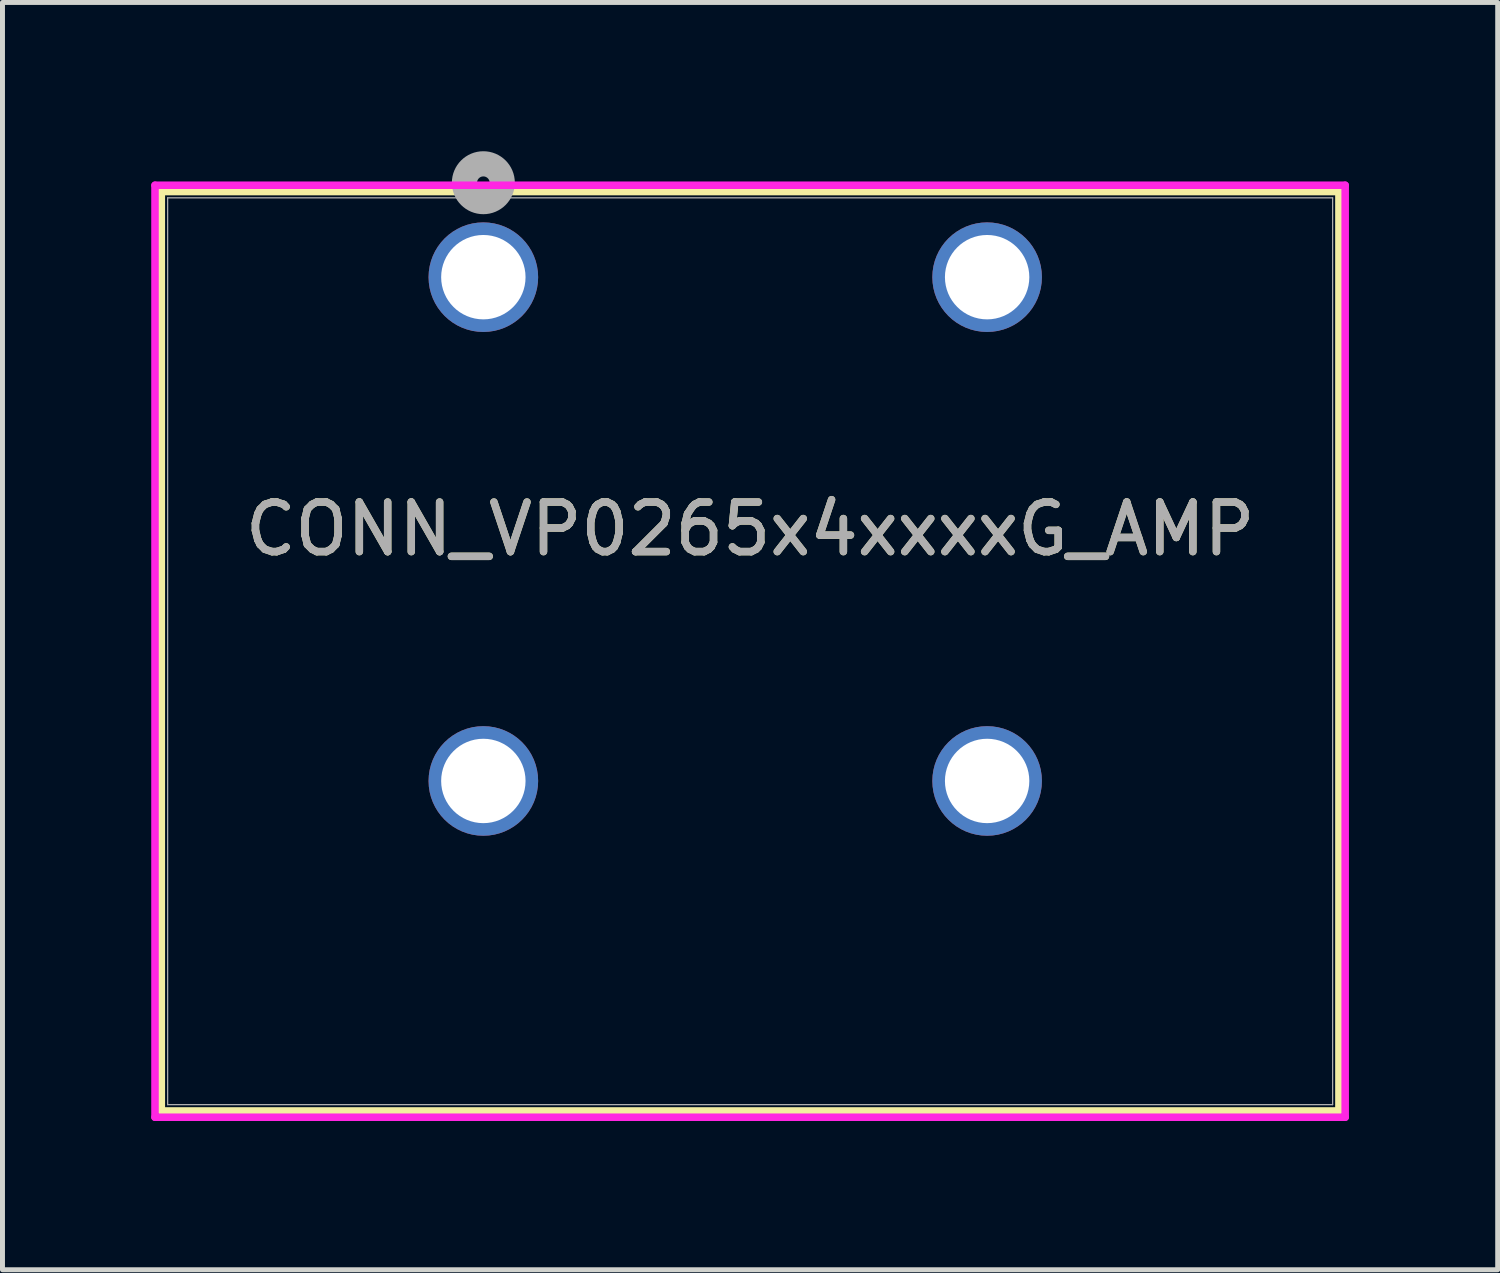
<source format=kicad_pcb>
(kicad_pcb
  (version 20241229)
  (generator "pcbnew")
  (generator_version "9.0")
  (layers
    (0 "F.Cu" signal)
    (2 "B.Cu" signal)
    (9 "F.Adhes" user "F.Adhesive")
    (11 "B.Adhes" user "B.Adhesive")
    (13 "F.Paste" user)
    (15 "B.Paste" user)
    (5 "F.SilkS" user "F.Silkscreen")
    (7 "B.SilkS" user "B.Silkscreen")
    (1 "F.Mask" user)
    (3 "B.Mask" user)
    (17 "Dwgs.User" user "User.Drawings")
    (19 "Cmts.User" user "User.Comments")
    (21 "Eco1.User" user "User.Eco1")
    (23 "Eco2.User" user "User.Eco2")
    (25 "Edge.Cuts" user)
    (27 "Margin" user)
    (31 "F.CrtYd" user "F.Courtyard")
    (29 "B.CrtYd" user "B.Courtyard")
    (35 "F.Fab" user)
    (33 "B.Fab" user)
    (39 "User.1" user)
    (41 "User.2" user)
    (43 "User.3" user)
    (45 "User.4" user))
  (footprint "CONN_VP0265x4xxxxG_AMP"
    (layer "F.Cu")
    (at 6.698 2.54)
    (property "Reference" "CONN_VP0265x4xxxxG_AMP" (at 5.38 5.08 0) (unlocked yes) (layer "F.SilkS") (effects (font (size 1 1) (thickness 0.15))))
    (attr through_hole)
    (fp_line (start -6.495 -1.727) (end -6.495 16.815) (stroke (width 0.152) (type solid)) (layer "F.SilkS"))
    (fp_line (start -6.495 16.815) (end 17.255 16.815) (stroke (width 0.152) (type solid)) (layer "F.SilkS"))
    (fp_line (start 17.255 -1.727) (end -6.495 -1.727) (stroke (width 0.152) (type solid)) (layer "F.SilkS"))
    (fp_line (start 17.255 16.815) (end 17.255 -1.727) (stroke (width 0.152) (type solid)) (layer "F.SilkS"))
    (fp_line (start -6.622 -1.854) (end -6.622 16.942) (stroke (width 0.152) (type solid)) (layer "F.CrtYd"))
    (fp_line (start -6.622 16.942) (end 17.381 16.942) (stroke (width 0.152) (type solid)) (layer "F.CrtYd"))
    (fp_line (start 17.381 -1.854) (end -6.622 -1.854) (stroke (width 0.152) (type solid)) (layer "F.CrtYd"))
    (fp_line (start 17.381 16.942) (end 17.381 -1.854) (stroke (width 0.152) (type solid)) (layer "F.CrtYd"))
    (fp_line (start -6.367 -1.6) (end -6.367 16.688) (stroke (width 0.025) (type solid)) (layer "F.Fab"))
    (fp_line (start -6.367 16.688) (end 17.128 16.688) (stroke (width 0.025) (type solid)) (layer "F.Fab"))
    (fp_line (start 17.128 -1.6) (end -6.367 -1.6) (stroke (width 0.025) (type solid)) (layer "F.Fab"))
    (fp_line (start 17.128 16.688) (end 17.128 -1.6) (stroke (width 0.025) (type solid)) (layer "F.Fab"))
    (fp_circle (center 0 -1.905) (end 0.381 -1.905) (stroke (width 0.508) (type solid)) (fill no) (layer "F.Fab"))
    (fp_text user "${REFERENCE}" (at 5.38 5.08 0) (unlocked yes) (layer "F.Fab") (effects (font (size 1 1) (thickness 0.15))))
    (pad "1" thru_hole circle (at 0 0) (size 2.21 2.21) (drill 1.702) (layers "*.Cu" "*.Mask"))
    (pad "2" thru_hole circle (at 0 10.16) (size 2.21 2.21) (drill 1.702) (layers "*.Cu" "*.Mask"))
    (pad "3" thru_hole circle (at 10.16 0) (size 2.21 2.21) (drill 1.702) (layers "*.Cu" "*.Mask"))
    (pad "4" thru_hole circle (at 10.16 10.16) (size 2.21 2.21) (drill 1.702) (layers "*.Cu" "*.Mask")))
  (gr_rect
    (start -3 -3)
    (end 27.155 22.558)
    (stroke (width 0.1) (type default))
    (fill no)
    (layer "Edge.Cuts")))
</source>
